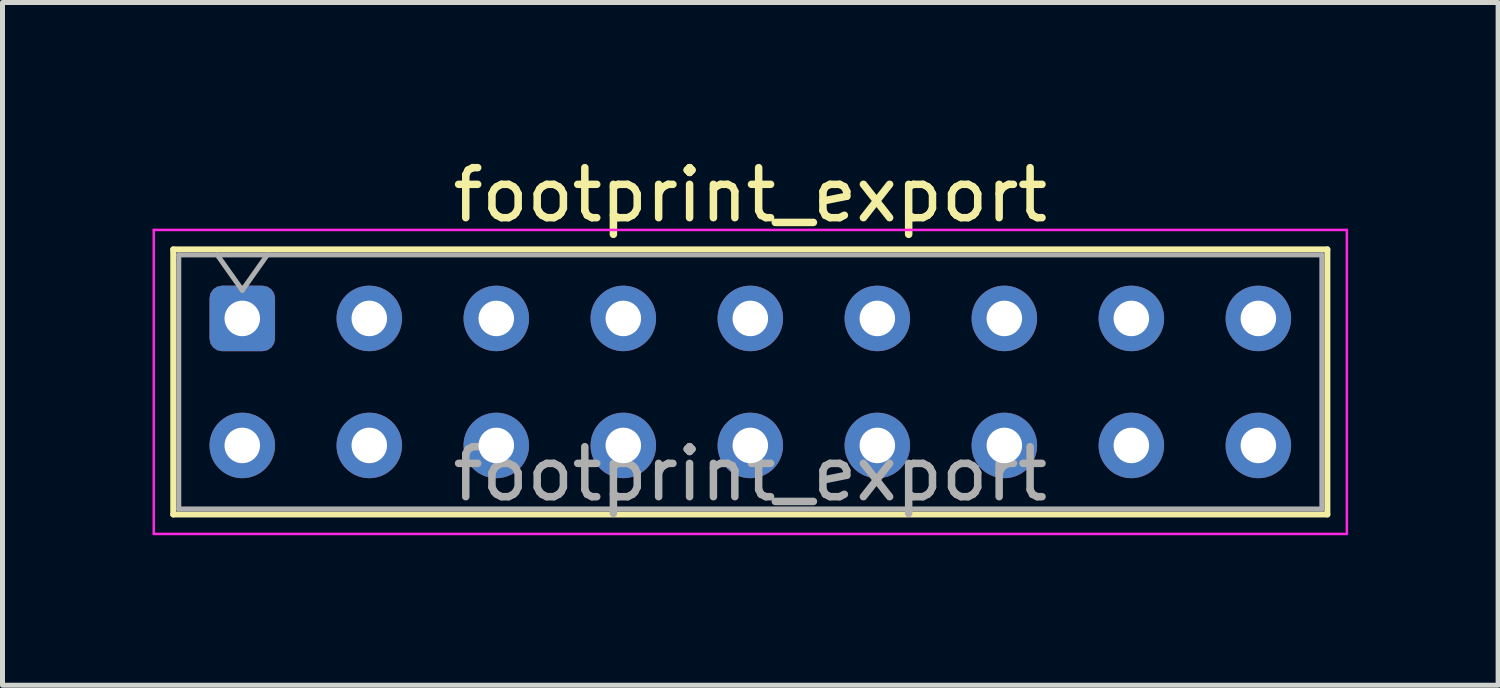
<source format=kicad_pcb>
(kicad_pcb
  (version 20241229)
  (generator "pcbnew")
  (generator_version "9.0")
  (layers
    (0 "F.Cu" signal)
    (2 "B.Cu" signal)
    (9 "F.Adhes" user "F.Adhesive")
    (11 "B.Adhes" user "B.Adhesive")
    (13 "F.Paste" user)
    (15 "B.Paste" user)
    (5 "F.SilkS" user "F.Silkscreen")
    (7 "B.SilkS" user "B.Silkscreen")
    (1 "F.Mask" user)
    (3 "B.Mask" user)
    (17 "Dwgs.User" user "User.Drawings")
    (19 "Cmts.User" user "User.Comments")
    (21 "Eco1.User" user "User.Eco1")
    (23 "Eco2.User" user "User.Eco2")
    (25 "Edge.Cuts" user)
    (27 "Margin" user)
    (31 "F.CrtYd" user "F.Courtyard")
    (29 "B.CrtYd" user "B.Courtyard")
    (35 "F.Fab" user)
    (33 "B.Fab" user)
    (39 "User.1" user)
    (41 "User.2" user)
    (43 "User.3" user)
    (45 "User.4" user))
  (footprint "footprint_export"
    (layer "F.Cu")
    (at 1.795 3.318)
    (property "Reference" "footprint_export" (at 10.16 -2.47 0) (layer "F.SilkS") (effects (font (size 1 1) (thickness 0.15))))
    (attr through_hole)
    (fp_line (start -1.38 -1.38) (end 21.7 -1.38) (stroke (width 0.12) (type solid)) (layer "F.SilkS"))
    (fp_line (start -1.38 3.92) (end -1.38 -1.38) (stroke (width 0.12) (type solid)) (layer "F.SilkS"))
    (fp_line (start 21.7 -1.38) (end 21.7 3.92) (stroke (width 0.12) (type solid)) (layer "F.SilkS"))
    (fp_line (start 21.7 3.92) (end -1.38 3.92) (stroke (width 0.12) (type solid)) (layer "F.SilkS"))
    (fp_line (start -1.77 -1.77) (end 22.09 -1.77) (stroke (width 0.05) (type solid)) (layer "F.CrtYd"))
    (fp_line (start -1.77 4.31) (end -1.77 -1.77) (stroke (width 0.05) (type solid)) (layer "F.CrtYd"))
    (fp_line (start 22.09 -1.77) (end 22.09 4.31) (stroke (width 0.05) (type solid)) (layer "F.CrtYd"))
    (fp_line (start 22.09 4.31) (end -1.77 4.31) (stroke (width 0.05) (type solid)) (layer "F.CrtYd"))
    (fp_line (start -1.27 -1.27) (end 21.59 -1.27) (stroke (width 0.1) (type solid)) (layer "F.Fab"))
    (fp_line (start -1.27 3.81) (end -1.27 -1.27) (stroke (width 0.1) (type solid)) (layer "F.Fab"))
    (fp_line (start -0.5 -1.27) (end 0 -0.563) (stroke (width 0.1) (type solid)) (layer "F.Fab"))
    (fp_line (start 0 -0.563) (end 0.5 -1.27) (stroke (width 0.1) (type solid)) (layer "F.Fab"))
    (fp_line (start 21.59 -1.27) (end 21.59 3.81) (stroke (width 0.1) (type solid)) (layer "F.Fab"))
    (fp_line (start 21.59 3.81) (end -1.27 3.81) (stroke (width 0.1) (type solid)) (layer "F.Fab"))
    (fp_text user "${REFERENCE}" (at 10.16 3.11 0) (layer "F.Fab") (effects (font (size 1 1) (thickness 0.15))))
    (pad "1" thru_hole roundrect (at 0 0) (size 1.31 1.31) (drill 0.71) (layers "*.Cu" "*.Mask") (roundrect_rratio 0.191))
    (pad "2" thru_hole circle (at 0 2.54) (size 1.31 1.31) (drill 0.71) (layers "*.Cu" "*.Mask"))
    (pad "3" thru_hole circle (at 2.54 0) (size 1.31 1.31) (drill 0.71) (layers "*.Cu" "*.Mask"))
    (pad "4" thru_hole circle (at 2.54 2.54) (size 1.31 1.31) (drill 0.71) (layers "*.Cu" "*.Mask"))
    (pad "5" thru_hole circle (at 5.08 0) (size 1.31 1.31) (drill 0.71) (layers "*.Cu" "*.Mask"))
    (pad "6" thru_hole circle (at 5.08 2.54) (size 1.31 1.31) (drill 0.71) (layers "*.Cu" "*.Mask"))
    (pad "7" thru_hole circle (at 7.62 0) (size 1.31 1.31) (drill 0.71) (layers "*.Cu" "*.Mask"))
    (pad "8" thru_hole circle (at 7.62 2.54) (size 1.31 1.31) (drill 0.71) (layers "*.Cu" "*.Mask"))
    (pad "9" thru_hole circle (at 10.16 0) (size 1.31 1.31) (drill 0.71) (layers "*.Cu" "*.Mask"))
    (pad "10" thru_hole circle (at 10.16 2.54) (size 1.31 1.31) (drill 0.71) (layers "*.Cu" "*.Mask"))
    (pad "11" thru_hole circle (at 12.7 0) (size 1.31 1.31) (drill 0.71) (layers "*.Cu" "*.Mask"))
    (pad "12" thru_hole circle (at 12.7 2.54) (size 1.31 1.31) (drill 0.71) (layers "*.Cu" "*.Mask"))
    (pad "13" thru_hole circle (at 15.24 0) (size 1.31 1.31) (drill 0.71) (layers "*.Cu" "*.Mask"))
    (pad "14" thru_hole circle (at 15.24 2.54) (size 1.31 1.31) (drill 0.71) (layers "*.Cu" "*.Mask"))
    (pad "15" thru_hole circle (at 17.78 0) (size 1.31 1.31) (drill 0.71) (layers "*.Cu" "*.Mask"))
    (pad "16" thru_hole circle (at 17.78 2.54) (size 1.31 1.31) (drill 0.71) (layers "*.Cu" "*.Mask"))
    (pad "17" thru_hole circle (at 20.32 0) (size 1.31 1.31) (drill 0.71) (layers "*.Cu" "*.Mask"))
    (pad "18" thru_hole circle (at 20.32 2.54) (size 1.31 1.31) (drill 0.71) (layers "*.Cu" "*.Mask")))
  (gr_rect
    (start -3 -3)
    (end 26.91 10.653)
    (stroke (width 0.1) (type default))
    (fill no)
    (layer "Edge.Cuts")))
</source>
